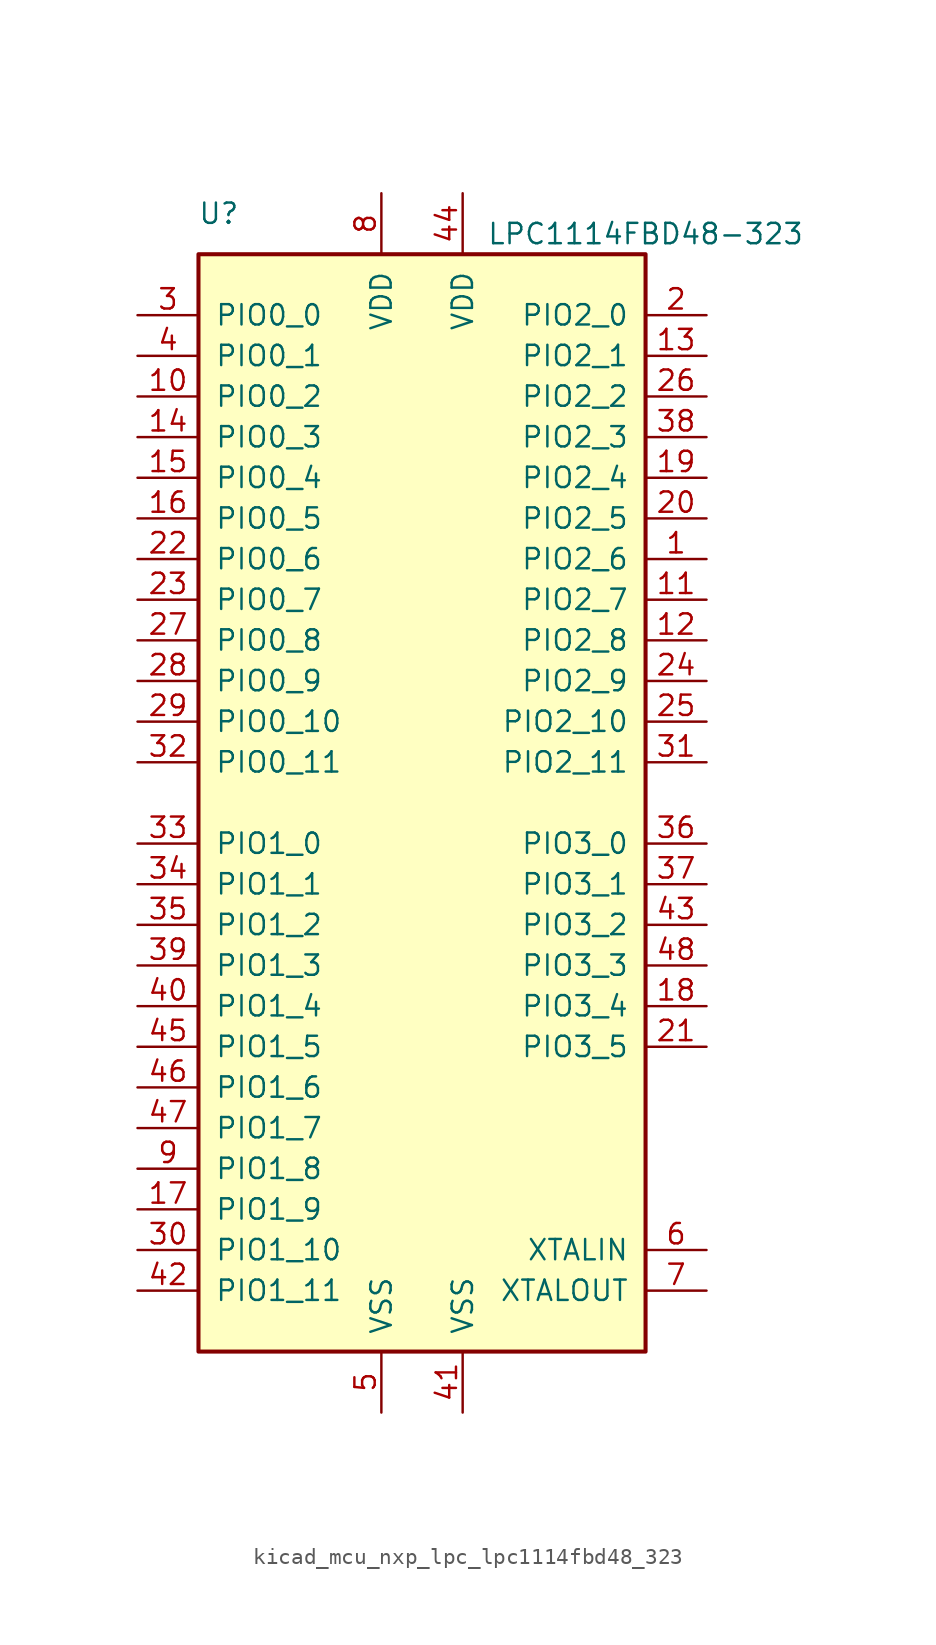
<source format=kicad_sym>
(kicad_symbol_lib
  (version 20220914)
  (generator kicad_symbol_editor)
  (symbol "kicad_mcu_nxp_lpc_lpc1114fbd48_323"
    (pin_names
      (offset 1.016))
    (property "Reference" "U"
      (at -12.7 36.83 0)
      (effects (font (size 1.27 1.27))))
    (property "Value" "LPC1114FBD48-323"
      (at 13.97 35.56 0)
      (effects (font (size 1.27 1.27))))
    (symbol "kicad_mcu_nxp_lpc_lpc1114fbd48_323_0_1"
      (rectangle (start -13.97 34.29) (end 13.97 -34.29) (stroke (width 0.254) (type default)) (fill (type background))))
    (symbol "kicad_mcu_nxp_lpc_lpc1114fbd48_323_1_1"
      (pin bidirectional line (at 17.78 15.24 180) (length 3.81) (name "PIO2_6" (effects (font (size 1.27 1.27)))) (number "1" (effects (font (size 1.27 1.27)))))
      (pin bidirectional line (at -17.78 25.4 0) (length 3.81) (name "PIO0_2" (effects (font (size 1.27 1.27)))) (number "10" (effects (font (size 1.27 1.27)))))
      (pin bidirectional line (at 17.78 12.7 180) (length 3.81) (name "PIO2_7" (effects (font (size 1.27 1.27)))) (number "11" (effects (font (size 1.27 1.27)))))
      (pin bidirectional line (at 17.78 10.16 180) (length 3.81) (name "PIO2_8" (effects (font (size 1.27 1.27)))) (number "12" (effects (font (size 1.27 1.27)))))
      (pin bidirectional line (at 17.78 27.94 180) (length 3.81) (name "PIO2_1" (effects (font (size 1.27 1.27)))) (number "13" (effects (font (size 1.27 1.27)))))
      (pin bidirectional line (at -17.78 22.86 0) (length 3.81) (name "PIO0_3" (effects (font (size 1.27 1.27)))) (number "14" (effects (font (size 1.27 1.27)))))
      (pin bidirectional line (at -17.78 20.32 0) (length 3.81) (name "PIO0_4" (effects (font (size 1.27 1.27)))) (number "15" (effects (font (size 1.27 1.27)))))
      (pin bidirectional line (at -17.78 17.78 0) (length 3.81) (name "PIO0_5" (effects (font (size 1.27 1.27)))) (number "16" (effects (font (size 1.27 1.27)))))
      (pin bidirectional line (at -17.78 -25.4 0) (length 3.81) (name "PIO1_9" (effects (font (size 1.27 1.27)))) (number "17" (effects (font (size 1.27 1.27)))))
      (pin bidirectional line (at 17.78 -12.7 180) (length 3.81) (name "PIO3_4" (effects (font (size 1.27 1.27)))) (number "18" (effects (font (size 1.27 1.27)))))
      (pin bidirectional line (at 17.78 20.32 180) (length 3.81) (name "PIO2_4" (effects (font (size 1.27 1.27)))) (number "19" (effects (font (size 1.27 1.27)))))
      (pin bidirectional line (at 17.78 30.48 180) (length 3.81) (name "PIO2_0" (effects (font (size 1.27 1.27)))) (number "2" (effects (font (size 1.27 1.27)))))
      (pin bidirectional line (at 17.78 17.78 180) (length 3.81) (name "PIO2_5" (effects (font (size 1.27 1.27)))) (number "20" (effects (font (size 1.27 1.27)))))
      (pin bidirectional line (at 17.78 -15.24 180) (length 3.81) (name "PIO3_5" (effects (font (size 1.27 1.27)))) (number "21" (effects (font (size 1.27 1.27)))))
      (pin bidirectional line (at -17.78 15.24 0) (length 3.81) (name "PIO0_6" (effects (font (size 1.27 1.27)))) (number "22" (effects (font (size 1.27 1.27)))))
      (pin bidirectional line (at -17.78 12.7 0) (length 3.81) (name "PIO0_7" (effects (font (size 1.27 1.27)))) (number "23" (effects (font (size 1.27 1.27)))))
      (pin bidirectional line (at 17.78 7.62 180) (length 3.81) (name "PIO2_9" (effects (font (size 1.27 1.27)))) (number "24" (effects (font (size 1.27 1.27)))))
      (pin bidirectional line (at 17.78 5.08 180) (length 3.81) (name "PIO2_10" (effects (font (size 1.27 1.27)))) (number "25" (effects (font (size 1.27 1.27)))))
      (pin bidirectional line (at 17.78 25.4 180) (length 3.81) (name "PIO2_2" (effects (font (size 1.27 1.27)))) (number "26" (effects (font (size 1.27 1.27)))))
      (pin bidirectional line (at -17.78 10.16 0) (length 3.81) (name "PIO0_8" (effects (font (size 1.27 1.27)))) (number "27" (effects (font (size 1.27 1.27)))))
      (pin bidirectional line (at -17.78 7.62 0) (length 3.81) (name "PIO0_9" (effects (font (size 1.27 1.27)))) (number "28" (effects (font (size 1.27 1.27)))))
      (pin bidirectional line (at -17.78 5.08 0) (length 3.81) (name "PIO0_10" (effects (font (size 1.27 1.27)))) (number "29" (effects (font (size 1.27 1.27)))))
      (pin bidirectional line (at -17.78 30.48 0) (length 3.81) (name "PIO0_0" (effects (font (size 1.27 1.27)))) (number "3" (effects (font (size 1.27 1.27)))))
      (pin bidirectional line (at -17.78 -27.94 0) (length 3.81) (name "PIO1_10" (effects (font (size 1.27 1.27)))) (number "30" (effects (font (size 1.27 1.27)))))
      (pin bidirectional line (at 17.78 2.54 180) (length 3.81) (name "PIO2_11" (effects (font (size 1.27 1.27)))) (number "31" (effects (font (size 1.27 1.27)))))
      (pin bidirectional line (at -17.78 2.54 0) (length 3.81) (name "PIO0_11" (effects (font (size 1.27 1.27)))) (number "32" (effects (font (size 1.27 1.27)))))
      (pin bidirectional line (at -17.78 -2.54 0) (length 3.81) (name "PIO1_0" (effects (font (size 1.27 1.27)))) (number "33" (effects (font (size 1.27 1.27)))))
      (pin bidirectional line (at -17.78 -5.08 0) (length 3.81) (name "PIO1_1" (effects (font (size 1.27 1.27)))) (number "34" (effects (font (size 1.27 1.27)))))
      (pin bidirectional line (at -17.78 -7.62 0) (length 3.81) (name "PIO1_2" (effects (font (size 1.27 1.27)))) (number "35" (effects (font (size 1.27 1.27)))))
      (pin bidirectional line (at 17.78 -2.54 180) (length 3.81) (name "PIO3_0" (effects (font (size 1.27 1.27)))) (number "36" (effects (font (size 1.27 1.27)))))
      (pin bidirectional line (at 17.78 -5.08 180) (length 3.81) (name "PIO3_1" (effects (font (size 1.27 1.27)))) (number "37" (effects (font (size 1.27 1.27)))))
      (pin bidirectional line (at 17.78 22.86 180) (length 3.81) (name "PIO2_3" (effects (font (size 1.27 1.27)))) (number "38" (effects (font (size 1.27 1.27)))))
      (pin bidirectional line (at -17.78 -10.16 0) (length 3.81) (name "PIO1_3" (effects (font (size 1.27 1.27)))) (number "39" (effects (font (size 1.27 1.27)))))
      (pin bidirectional line (at -17.78 27.94 0) (length 3.81) (name "PIO0_1" (effects (font (size 1.27 1.27)))) (number "4" (effects (font (size 1.27 1.27)))))
      (pin bidirectional line (at -17.78 -12.7 0) (length 3.81) (name "PIO1_4" (effects (font (size 1.27 1.27)))) (number "40" (effects (font (size 1.27 1.27)))))
      (pin power_in line (at 2.54 -38.1 90) (length 3.81) (name "VSS" (effects (font (size 1.27 1.27)))) (number "41" (effects (font (size 1.27 1.27)))))
      (pin bidirectional line (at -17.78 -30.48 0) (length 3.81) (name "PIO1_11" (effects (font (size 1.27 1.27)))) (number "42" (effects (font (size 1.27 1.27)))))
      (pin bidirectional line (at 17.78 -7.62 180) (length 3.81) (name "PIO3_2" (effects (font (size 1.27 1.27)))) (number "43" (effects (font (size 1.27 1.27)))))
      (pin power_in line (at 2.54 38.1 270) (length 3.81) (name "VDD" (effects (font (size 1.27 1.27)))) (number "44" (effects (font (size 1.27 1.27)))))
      (pin bidirectional line (at -17.78 -15.24 0) (length 3.81) (name "PIO1_5" (effects (font (size 1.27 1.27)))) (number "45" (effects (font (size 1.27 1.27)))))
      (pin bidirectional line (at -17.78 -17.78 0) (length 3.81) (name "PIO1_6" (effects (font (size 1.27 1.27)))) (number "46" (effects (font (size 1.27 1.27)))))
      (pin bidirectional line (at -17.78 -20.32 0) (length 3.81) (name "PIO1_7" (effects (font (size 1.27 1.27)))) (number "47" (effects (font (size 1.27 1.27)))))
      (pin bidirectional line (at 17.78 -10.16 180) (length 3.81) (name "PIO3_3" (effects (font (size 1.27 1.27)))) (number "48" (effects (font (size 1.27 1.27)))))
      (pin power_in line (at -2.54 -38.1 90) (length 3.81) (name "VSS" (effects (font (size 1.27 1.27)))) (number "5" (effects (font (size 1.27 1.27)))))
      (pin input line (at 17.78 -27.94 180) (length 3.81) (name "XTALIN" (effects (font (size 1.27 1.27)))) (number "6" (effects (font (size 1.27 1.27)))))
      (pin output line (at 17.78 -30.48 180) (length 3.81) (name "XTALOUT" (effects (font (size 1.27 1.27)))) (number "7" (effects (font (size 1.27 1.27)))))
      (pin power_in line (at -2.54 38.1 270) (length 3.81) (name "VDD" (effects (font (size 1.27 1.27)))) (number "8" (effects (font (size 1.27 1.27)))))
      (pin bidirectional line (at -17.78 -22.86 0) (length 3.81) (name "PIO1_8" (effects (font (size 1.27 1.27)))) (number "9" (effects (font (size 1.27 1.27))))))))
</source>
